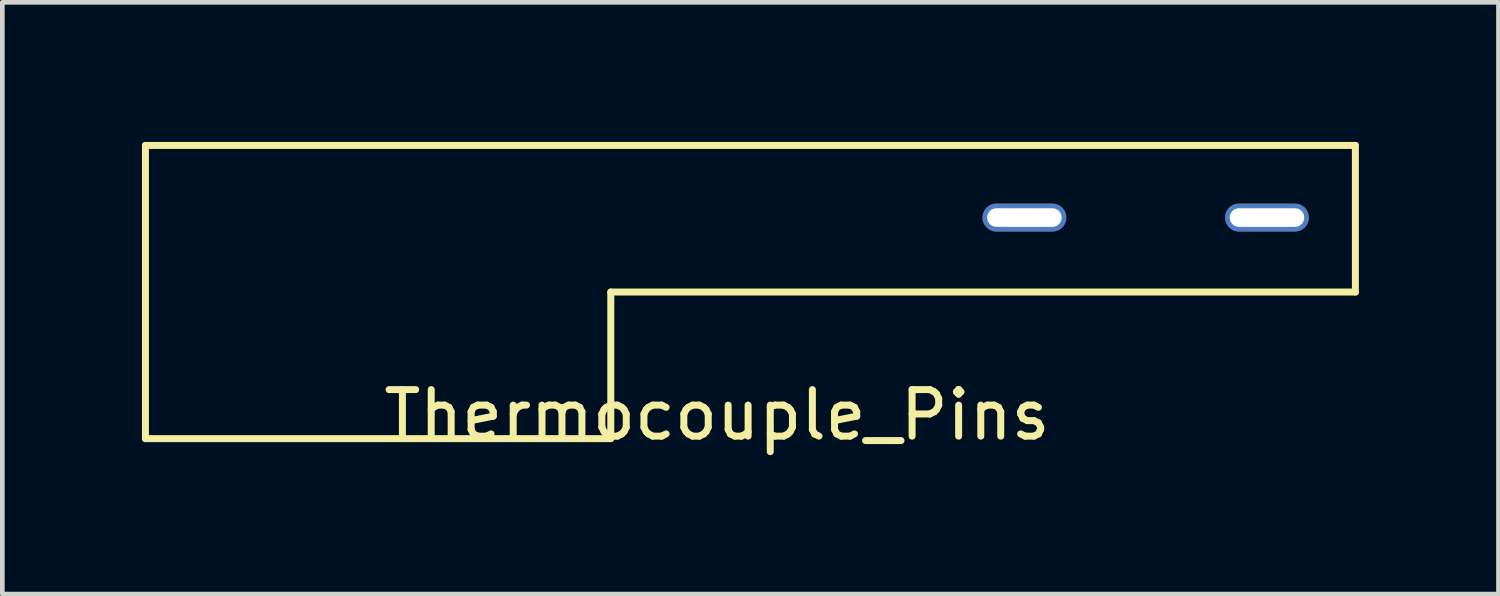
<source format=kicad_pcb>
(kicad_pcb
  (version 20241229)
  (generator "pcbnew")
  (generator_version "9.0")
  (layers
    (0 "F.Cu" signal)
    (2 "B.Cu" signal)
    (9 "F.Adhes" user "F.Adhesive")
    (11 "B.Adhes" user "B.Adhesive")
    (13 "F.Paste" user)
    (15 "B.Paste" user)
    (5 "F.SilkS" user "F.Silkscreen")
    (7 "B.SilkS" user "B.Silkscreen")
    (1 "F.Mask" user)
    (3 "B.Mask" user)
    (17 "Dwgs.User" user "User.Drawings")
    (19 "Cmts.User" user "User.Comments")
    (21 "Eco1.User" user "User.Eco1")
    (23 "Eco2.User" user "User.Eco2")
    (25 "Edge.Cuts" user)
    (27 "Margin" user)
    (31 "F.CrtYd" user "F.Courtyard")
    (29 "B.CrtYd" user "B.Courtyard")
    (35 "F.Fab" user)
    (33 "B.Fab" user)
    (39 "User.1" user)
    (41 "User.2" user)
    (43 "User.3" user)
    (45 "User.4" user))
  (footprint "Thermocouple_Pins"
    (layer "F.Cu")
    (at 24.18 1.597)
    (property "Reference" "Thermocouple_Pins" (at -11.821 4.27 0) (layer "F.SilkS") (effects (font (size 1 1) (thickness 0.15))))
    (attr through_hole)
    (fp_line (start -24.105 -1.522) (end -24.105 4.778) (stroke (width 0.15) (type solid)) (layer "F.SilkS"))
    (fp_line (start -14.105 1.628) (end 1.895 1.628) (stroke (width 0.15) (type solid)) (layer "F.SilkS"))
    (fp_line (start -14.105 4.778) (end -24.105 4.778) (stroke (width 0.15) (type solid)) (layer "F.SilkS"))
    (fp_line (start -14.105 4.778) (end -14.105 1.628) (stroke (width 0.15) (type solid)) (layer "F.SilkS"))
    (fp_line (start 1.895 -1.522) (end -24.105 -1.522) (stroke (width 0.15) (type solid)) (layer "F.SilkS"))
    (fp_line (start 1.895 -1.522) (end 1.895 1.628) (stroke (width 0.15) (type solid)) (layer "F.SilkS"))
    (pad "1" thru_hole oval (at -5.217 0.028) (size 1.8 0.6) (drill oval 1.6 0.4) (layers "*.Cu" "*.Mask"))
    (pad "2" thru_hole oval (at -0.005 0.028) (size 1.8 0.6) (drill oval 1.6 0.4) (layers "*.Cu" "*.Mask")))
  (gr_rect
    (start -3 -3)
    (end 29.15 9.715)
    (stroke (width 0.1) (type default))
    (fill no)
    (layer "Edge.Cuts")))
</source>
